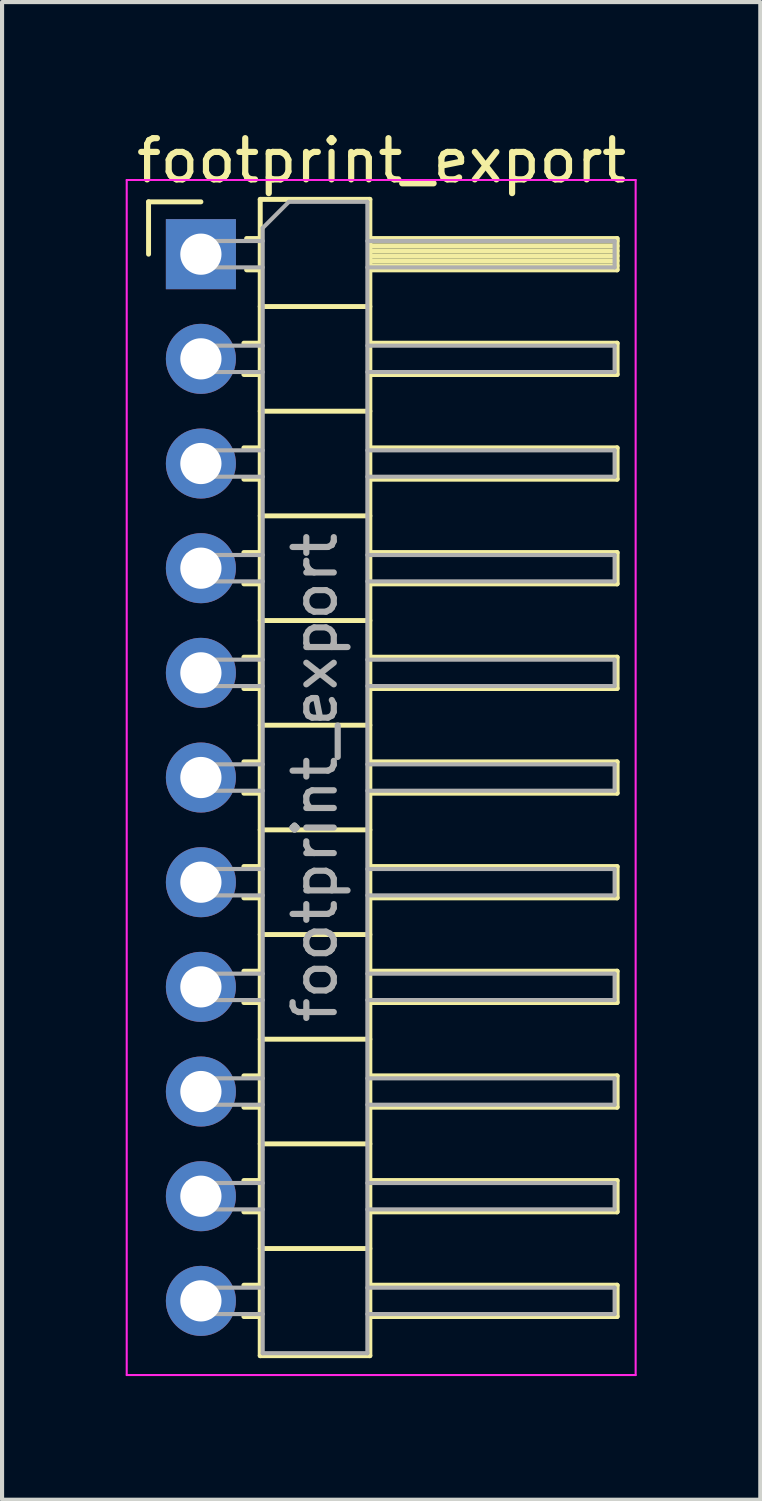
<source format=kicad_pcb>
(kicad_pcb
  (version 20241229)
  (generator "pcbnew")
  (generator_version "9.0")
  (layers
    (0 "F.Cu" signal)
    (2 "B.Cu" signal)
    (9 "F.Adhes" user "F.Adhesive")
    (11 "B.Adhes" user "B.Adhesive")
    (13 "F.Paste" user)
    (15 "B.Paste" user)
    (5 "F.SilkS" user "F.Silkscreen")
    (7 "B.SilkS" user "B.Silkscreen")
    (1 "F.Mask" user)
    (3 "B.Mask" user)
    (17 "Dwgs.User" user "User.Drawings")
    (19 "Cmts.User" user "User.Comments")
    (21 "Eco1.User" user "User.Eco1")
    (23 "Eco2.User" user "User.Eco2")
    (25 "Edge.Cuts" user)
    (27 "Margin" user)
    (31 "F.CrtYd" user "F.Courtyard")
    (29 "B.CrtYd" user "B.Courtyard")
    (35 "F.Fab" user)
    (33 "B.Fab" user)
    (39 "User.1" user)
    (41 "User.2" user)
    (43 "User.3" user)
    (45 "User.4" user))
  (footprint "footprint_export"
    (layer "F.Cu")
    (at 1.825 3.118)
    (property "Reference" "footprint_export" (at 4.385 -2.27 0) (layer "F.SilkS") (effects (font (size 1 1) (thickness 0.15))))
    (attr through_hole)
    (fp_line (start -1.27 -1.27) (end 0 -1.27) (stroke (width 0.12) (type solid)) (layer "F.SilkS"))
    (fp_line (start -1.27 0) (end -1.27 -1.27) (stroke (width 0.12) (type solid)) (layer "F.SilkS"))
    (fp_line (start 1.043 2.16) (end 1.44 2.16) (stroke (width 0.12) (type solid)) (layer "F.SilkS"))
    (fp_line (start 1.043 2.92) (end 1.44 2.92) (stroke (width 0.12) (type solid)) (layer "F.SilkS"))
    (fp_line (start 1.043 4.7) (end 1.44 4.7) (stroke (width 0.12) (type solid)) (layer "F.SilkS"))
    (fp_line (start 1.043 5.46) (end 1.44 5.46) (stroke (width 0.12) (type solid)) (layer "F.SilkS"))
    (fp_line (start 1.043 7.24) (end 1.44 7.24) (stroke (width 0.12) (type solid)) (layer "F.SilkS"))
    (fp_line (start 1.043 8) (end 1.44 8) (stroke (width 0.12) (type solid)) (layer "F.SilkS"))
    (fp_line (start 1.043 9.78) (end 1.44 9.78) (stroke (width 0.12) (type solid)) (layer "F.SilkS"))
    (fp_line (start 1.043 10.54) (end 1.44 10.54) (stroke (width 0.12) (type solid)) (layer "F.SilkS"))
    (fp_line (start 1.043 12.32) (end 1.44 12.32) (stroke (width 0.12) (type solid)) (layer "F.SilkS"))
    (fp_line (start 1.043 13.08) (end 1.44 13.08) (stroke (width 0.12) (type solid)) (layer "F.SilkS"))
    (fp_line (start 1.043 14.86) (end 1.44 14.86) (stroke (width 0.12) (type solid)) (layer "F.SilkS"))
    (fp_line (start 1.043 15.62) (end 1.44 15.62) (stroke (width 0.12) (type solid)) (layer "F.SilkS"))
    (fp_line (start 1.043 17.4) (end 1.44 17.4) (stroke (width 0.12) (type solid)) (layer "F.SilkS"))
    (fp_line (start 1.043 18.16) (end 1.44 18.16) (stroke (width 0.12) (type solid)) (layer "F.SilkS"))
    (fp_line (start 1.043 19.94) (end 1.44 19.94) (stroke (width 0.12) (type solid)) (layer "F.SilkS"))
    (fp_line (start 1.043 20.7) (end 1.44 20.7) (stroke (width 0.12) (type solid)) (layer "F.SilkS"))
    (fp_line (start 1.043 22.48) (end 1.44 22.48) (stroke (width 0.12) (type solid)) (layer "F.SilkS"))
    (fp_line (start 1.043 23.24) (end 1.44 23.24) (stroke (width 0.12) (type solid)) (layer "F.SilkS"))
    (fp_line (start 1.043 25.02) (end 1.44 25.02) (stroke (width 0.12) (type solid)) (layer "F.SilkS"))
    (fp_line (start 1.043 25.78) (end 1.44 25.78) (stroke (width 0.12) (type solid)) (layer "F.SilkS"))
    (fp_line (start 1.11 -0.38) (end 1.44 -0.38) (stroke (width 0.12) (type solid)) (layer "F.SilkS"))
    (fp_line (start 1.11 0.38) (end 1.44 0.38) (stroke (width 0.12) (type solid)) (layer "F.SilkS"))
    (fp_line (start 1.44 -1.33) (end 1.44 26.73) (stroke (width 0.12) (type solid)) (layer "F.SilkS"))
    (fp_line (start 1.44 1.27) (end 4.1 1.27) (stroke (width 0.12) (type solid)) (layer "F.SilkS"))
    (fp_line (start 1.44 3.81) (end 4.1 3.81) (stroke (width 0.12) (type solid)) (layer "F.SilkS"))
    (fp_line (start 1.44 6.35) (end 4.1 6.35) (stroke (width 0.12) (type solid)) (layer "F.SilkS"))
    (fp_line (start 1.44 8.89) (end 4.1 8.89) (stroke (width 0.12) (type solid)) (layer "F.SilkS"))
    (fp_line (start 1.44 11.43) (end 4.1 11.43) (stroke (width 0.12) (type solid)) (layer "F.SilkS"))
    (fp_line (start 1.44 13.97) (end 4.1 13.97) (stroke (width 0.12) (type solid)) (layer "F.SilkS"))
    (fp_line (start 1.44 16.51) (end 4.1 16.51) (stroke (width 0.12) (type solid)) (layer "F.SilkS"))
    (fp_line (start 1.44 19.05) (end 4.1 19.05) (stroke (width 0.12) (type solid)) (layer "F.SilkS"))
    (fp_line (start 1.44 21.59) (end 4.1 21.59) (stroke (width 0.12) (type solid)) (layer "F.SilkS"))
    (fp_line (start 1.44 24.13) (end 4.1 24.13) (stroke (width 0.12) (type solid)) (layer "F.SilkS"))
    (fp_line (start 1.44 26.73) (end 4.1 26.73) (stroke (width 0.12) (type solid)) (layer "F.SilkS"))
    (fp_line (start 4.1 -1.33) (end 1.44 -1.33) (stroke (width 0.12) (type solid)) (layer "F.SilkS"))
    (fp_line (start 4.1 -0.38) (end 10.1 -0.38) (stroke (width 0.12) (type solid)) (layer "F.SilkS"))
    (fp_line (start 4.1 -0.32) (end 10.1 -0.32) (stroke (width 0.12) (type solid)) (layer "F.SilkS"))
    (fp_line (start 4.1 -0.2) (end 10.1 -0.2) (stroke (width 0.12) (type solid)) (layer "F.SilkS"))
    (fp_line (start 4.1 -0.08) (end 10.1 -0.08) (stroke (width 0.12) (type solid)) (layer "F.SilkS"))
    (fp_line (start 4.1 0.04) (end 10.1 0.04) (stroke (width 0.12) (type solid)) (layer "F.SilkS"))
    (fp_line (start 4.1 0.16) (end 10.1 0.16) (stroke (width 0.12) (type solid)) (layer "F.SilkS"))
    (fp_line (start 4.1 0.28) (end 10.1 0.28) (stroke (width 0.12) (type solid)) (layer "F.SilkS"))
    (fp_line (start 4.1 2.16) (end 10.1 2.16) (stroke (width 0.12) (type solid)) (layer "F.SilkS"))
    (fp_line (start 4.1 4.7) (end 10.1 4.7) (stroke (width 0.12) (type solid)) (layer "F.SilkS"))
    (fp_line (start 4.1 7.24) (end 10.1 7.24) (stroke (width 0.12) (type solid)) (layer "F.SilkS"))
    (fp_line (start 4.1 9.78) (end 10.1 9.78) (stroke (width 0.12) (type solid)) (layer "F.SilkS"))
    (fp_line (start 4.1 12.32) (end 10.1 12.32) (stroke (width 0.12) (type solid)) (layer "F.SilkS"))
    (fp_line (start 4.1 14.86) (end 10.1 14.86) (stroke (width 0.12) (type solid)) (layer "F.SilkS"))
    (fp_line (start 4.1 17.4) (end 10.1 17.4) (stroke (width 0.12) (type solid)) (layer "F.SilkS"))
    (fp_line (start 4.1 19.94) (end 10.1 19.94) (stroke (width 0.12) (type solid)) (layer "F.SilkS"))
    (fp_line (start 4.1 22.48) (end 10.1 22.48) (stroke (width 0.12) (type solid)) (layer "F.SilkS"))
    (fp_line (start 4.1 25.02) (end 10.1 25.02) (stroke (width 0.12) (type solid)) (layer "F.SilkS"))
    (fp_line (start 4.1 26.73) (end 4.1 -1.33) (stroke (width 0.12) (type solid)) (layer "F.SilkS"))
    (fp_line (start 10.1 -0.38) (end 10.1 0.38) (stroke (width 0.12) (type solid)) (layer "F.SilkS"))
    (fp_line (start 10.1 0.38) (end 4.1 0.38) (stroke (width 0.12) (type solid)) (layer "F.SilkS"))
    (fp_line (start 10.1 2.16) (end 10.1 2.92) (stroke (width 0.12) (type solid)) (layer "F.SilkS"))
    (fp_line (start 10.1 2.92) (end 4.1 2.92) (stroke (width 0.12) (type solid)) (layer "F.SilkS"))
    (fp_line (start 10.1 4.7) (end 10.1 5.46) (stroke (width 0.12) (type solid)) (layer "F.SilkS"))
    (fp_line (start 10.1 5.46) (end 4.1 5.46) (stroke (width 0.12) (type solid)) (layer "F.SilkS"))
    (fp_line (start 10.1 7.24) (end 10.1 8) (stroke (width 0.12) (type solid)) (layer "F.SilkS"))
    (fp_line (start 10.1 8) (end 4.1 8) (stroke (width 0.12) (type solid)) (layer "F.SilkS"))
    (fp_line (start 10.1 9.78) (end 10.1 10.54) (stroke (width 0.12) (type solid)) (layer "F.SilkS"))
    (fp_line (start 10.1 10.54) (end 4.1 10.54) (stroke (width 0.12) (type solid)) (layer "F.SilkS"))
    (fp_line (start 10.1 12.32) (end 10.1 13.08) (stroke (width 0.12) (type solid)) (layer "F.SilkS"))
    (fp_line (start 10.1 13.08) (end 4.1 13.08) (stroke (width 0.12) (type solid)) (layer "F.SilkS"))
    (fp_line (start 10.1 14.86) (end 10.1 15.62) (stroke (width 0.12) (type solid)) (layer "F.SilkS"))
    (fp_line (start 10.1 15.62) (end 4.1 15.62) (stroke (width 0.12) (type solid)) (layer "F.SilkS"))
    (fp_line (start 10.1 17.4) (end 10.1 18.16) (stroke (width 0.12) (type solid)) (layer "F.SilkS"))
    (fp_line (start 10.1 18.16) (end 4.1 18.16) (stroke (width 0.12) (type solid)) (layer "F.SilkS"))
    (fp_line (start 10.1 19.94) (end 10.1 20.7) (stroke (width 0.12) (type solid)) (layer "F.SilkS"))
    (fp_line (start 10.1 20.7) (end 4.1 20.7) (stroke (width 0.12) (type solid)) (layer "F.SilkS"))
    (fp_line (start 10.1 22.48) (end 10.1 23.24) (stroke (width 0.12) (type solid)) (layer "F.SilkS"))
    (fp_line (start 10.1 23.24) (end 4.1 23.24) (stroke (width 0.12) (type solid)) (layer "F.SilkS"))
    (fp_line (start 10.1 25.02) (end 10.1 25.78) (stroke (width 0.12) (type solid)) (layer "F.SilkS"))
    (fp_line (start 10.1 25.78) (end 4.1 25.78) (stroke (width 0.12) (type solid)) (layer "F.SilkS"))
    (fp_line (start -1.8 -1.8) (end -1.8 27.2) (stroke (width 0.05) (type solid)) (layer "F.CrtYd"))
    (fp_line (start -1.8 27.2) (end 10.55 27.2) (stroke (width 0.05) (type solid)) (layer "F.CrtYd"))
    (fp_line (start 10.55 -1.8) (end -1.8 -1.8) (stroke (width 0.05) (type solid)) (layer "F.CrtYd"))
    (fp_line (start 10.55 27.2) (end 10.55 -1.8) (stroke (width 0.05) (type solid)) (layer "F.CrtYd"))
    (fp_line (start -0.32 -0.32) (end -0.32 0.32) (stroke (width 0.1) (type solid)) (layer "F.Fab"))
    (fp_line (start -0.32 -0.32) (end 1.5 -0.32) (stroke (width 0.1) (type solid)) (layer "F.Fab"))
    (fp_line (start -0.32 0.32) (end 1.5 0.32) (stroke (width 0.1) (type solid)) (layer "F.Fab"))
    (fp_line (start -0.32 2.22) (end -0.32 2.86) (stroke (width 0.1) (type solid)) (layer "F.Fab"))
    (fp_line (start -0.32 2.22) (end 1.5 2.22) (stroke (width 0.1) (type solid)) (layer "F.Fab"))
    (fp_line (start -0.32 2.86) (end 1.5 2.86) (stroke (width 0.1) (type solid)) (layer "F.Fab"))
    (fp_line (start -0.32 4.76) (end -0.32 5.4) (stroke (width 0.1) (type solid)) (layer "F.Fab"))
    (fp_line (start -0.32 4.76) (end 1.5 4.76) (stroke (width 0.1) (type solid)) (layer "F.Fab"))
    (fp_line (start -0.32 5.4) (end 1.5 5.4) (stroke (width 0.1) (type solid)) (layer "F.Fab"))
    (fp_line (start -0.32 7.3) (end -0.32 7.94) (stroke (width 0.1) (type solid)) (layer "F.Fab"))
    (fp_line (start -0.32 7.3) (end 1.5 7.3) (stroke (width 0.1) (type solid)) (layer "F.Fab"))
    (fp_line (start -0.32 7.94) (end 1.5 7.94) (stroke (width 0.1) (type solid)) (layer "F.Fab"))
    (fp_line (start -0.32 9.84) (end -0.32 10.48) (stroke (width 0.1) (type solid)) (layer "F.Fab"))
    (fp_line (start -0.32 9.84) (end 1.5 9.84) (stroke (width 0.1) (type solid)) (layer "F.Fab"))
    (fp_line (start -0.32 10.48) (end 1.5 10.48) (stroke (width 0.1) (type solid)) (layer "F.Fab"))
    (fp_line (start -0.32 12.38) (end -0.32 13.02) (stroke (width 0.1) (type solid)) (layer "F.Fab"))
    (fp_line (start -0.32 12.38) (end 1.5 12.38) (stroke (width 0.1) (type solid)) (layer "F.Fab"))
    (fp_line (start -0.32 13.02) (end 1.5 13.02) (stroke (width 0.1) (type solid)) (layer "F.Fab"))
    (fp_line (start -0.32 14.92) (end -0.32 15.56) (stroke (width 0.1) (type solid)) (layer "F.Fab"))
    (fp_line (start -0.32 14.92) (end 1.5 14.92) (stroke (width 0.1) (type solid)) (layer "F.Fab"))
    (fp_line (start -0.32 15.56) (end 1.5 15.56) (stroke (width 0.1) (type solid)) (layer "F.Fab"))
    (fp_line (start -0.32 17.46) (end -0.32 18.1) (stroke (width 0.1) (type solid)) (layer "F.Fab"))
    (fp_line (start -0.32 17.46) (end 1.5 17.46) (stroke (width 0.1) (type solid)) (layer "F.Fab"))
    (fp_line (start -0.32 18.1) (end 1.5 18.1) (stroke (width 0.1) (type solid)) (layer "F.Fab"))
    (fp_line (start -0.32 20) (end -0.32 20.64) (stroke (width 0.1) (type solid)) (layer "F.Fab"))
    (fp_line (start -0.32 20) (end 1.5 20) (stroke (width 0.1) (type solid)) (layer "F.Fab"))
    (fp_line (start -0.32 20.64) (end 1.5 20.64) (stroke (width 0.1) (type solid)) (layer "F.Fab"))
    (fp_line (start -0.32 22.54) (end -0.32 23.18) (stroke (width 0.1) (type solid)) (layer "F.Fab"))
    (fp_line (start -0.32 22.54) (end 1.5 22.54) (stroke (width 0.1) (type solid)) (layer "F.Fab"))
    (fp_line (start -0.32 23.18) (end 1.5 23.18) (stroke (width 0.1) (type solid)) (layer "F.Fab"))
    (fp_line (start -0.32 25.08) (end -0.32 25.72) (stroke (width 0.1) (type solid)) (layer "F.Fab"))
    (fp_line (start -0.32 25.08) (end 1.5 25.08) (stroke (width 0.1) (type solid)) (layer "F.Fab"))
    (fp_line (start -0.32 25.72) (end 1.5 25.72) (stroke (width 0.1) (type solid)) (layer "F.Fab"))
    (fp_line (start 1.5 -0.635) (end 2.135 -1.27) (stroke (width 0.1) (type solid)) (layer "F.Fab"))
    (fp_line (start 1.5 26.67) (end 1.5 -0.635) (stroke (width 0.1) (type solid)) (layer "F.Fab"))
    (fp_line (start 2.135 -1.27) (end 4.04 -1.27) (stroke (width 0.1) (type solid)) (layer "F.Fab"))
    (fp_line (start 4.04 -1.27) (end 4.04 26.67) (stroke (width 0.1) (type solid)) (layer "F.Fab"))
    (fp_line (start 4.04 -0.32) (end 10.04 -0.32) (stroke (width 0.1) (type solid)) (layer "F.Fab"))
    (fp_line (start 4.04 0.32) (end 10.04 0.32) (stroke (width 0.1) (type solid)) (layer "F.Fab"))
    (fp_line (start 4.04 2.22) (end 10.04 2.22) (stroke (width 0.1) (type solid)) (layer "F.Fab"))
    (fp_line (start 4.04 2.86) (end 10.04 2.86) (stroke (width 0.1) (type solid)) (layer "F.Fab"))
    (fp_line (start 4.04 4.76) (end 10.04 4.76) (stroke (width 0.1) (type solid)) (layer "F.Fab"))
    (fp_line (start 4.04 5.4) (end 10.04 5.4) (stroke (width 0.1) (type solid)) (layer "F.Fab"))
    (fp_line (start 4.04 7.3) (end 10.04 7.3) (stroke (width 0.1) (type solid)) (layer "F.Fab"))
    (fp_line (start 4.04 7.94) (end 10.04 7.94) (stroke (width 0.1) (type solid)) (layer "F.Fab"))
    (fp_line (start 4.04 9.84) (end 10.04 9.84) (stroke (width 0.1) (type solid)) (layer "F.Fab"))
    (fp_line (start 4.04 10.48) (end 10.04 10.48) (stroke (width 0.1) (type solid)) (layer "F.Fab"))
    (fp_line (start 4.04 12.38) (end 10.04 12.38) (stroke (width 0.1) (type solid)) (layer "F.Fab"))
    (fp_line (start 4.04 13.02) (end 10.04 13.02) (stroke (width 0.1) (type solid)) (layer "F.Fab"))
    (fp_line (start 4.04 14.92) (end 10.04 14.92) (stroke (width 0.1) (type solid)) (layer "F.Fab"))
    (fp_line (start 4.04 15.56) (end 10.04 15.56) (stroke (width 0.1) (type solid)) (layer "F.Fab"))
    (fp_line (start 4.04 17.46) (end 10.04 17.46) (stroke (width 0.1) (type solid)) (layer "F.Fab"))
    (fp_line (start 4.04 18.1) (end 10.04 18.1) (stroke (width 0.1) (type solid)) (layer "F.Fab"))
    (fp_line (start 4.04 20) (end 10.04 20) (stroke (width 0.1) (type solid)) (layer "F.Fab"))
    (fp_line (start 4.04 20.64) (end 10.04 20.64) (stroke (width 0.1) (type solid)) (layer "F.Fab"))
    (fp_line (start 4.04 22.54) (end 10.04 22.54) (stroke (width 0.1) (type solid)) (layer "F.Fab"))
    (fp_line (start 4.04 23.18) (end 10.04 23.18) (stroke (width 0.1) (type solid)) (layer "F.Fab"))
    (fp_line (start 4.04 25.08) (end 10.04 25.08) (stroke (width 0.1) (type solid)) (layer "F.Fab"))
    (fp_line (start 4.04 25.72) (end 10.04 25.72) (stroke (width 0.1) (type solid)) (layer "F.Fab"))
    (fp_line (start 4.04 26.67) (end 1.5 26.67) (stroke (width 0.1) (type solid)) (layer "F.Fab"))
    (fp_line (start 10.04 -0.32) (end 10.04 0.32) (stroke (width 0.1) (type solid)) (layer "F.Fab"))
    (fp_line (start 10.04 2.22) (end 10.04 2.86) (stroke (width 0.1) (type solid)) (layer "F.Fab"))
    (fp_line (start 10.04 4.76) (end 10.04 5.4) (stroke (width 0.1) (type solid)) (layer "F.Fab"))
    (fp_line (start 10.04 7.3) (end 10.04 7.94) (stroke (width 0.1) (type solid)) (layer "F.Fab"))
    (fp_line (start 10.04 9.84) (end 10.04 10.48) (stroke (width 0.1) (type solid)) (layer "F.Fab"))
    (fp_line (start 10.04 12.38) (end 10.04 13.02) (stroke (width 0.1) (type solid)) (layer "F.Fab"))
    (fp_line (start 10.04 14.92) (end 10.04 15.56) (stroke (width 0.1) (type solid)) (layer "F.Fab"))
    (fp_line (start 10.04 17.46) (end 10.04 18.1) (stroke (width 0.1) (type solid)) (layer "F.Fab"))
    (fp_line (start 10.04 20) (end 10.04 20.64) (stroke (width 0.1) (type solid)) (layer "F.Fab"))
    (fp_line (start 10.04 22.54) (end 10.04 23.18) (stroke (width 0.1) (type solid)) (layer "F.Fab"))
    (fp_line (start 10.04 25.08) (end 10.04 25.72) (stroke (width 0.1) (type solid)) (layer "F.Fab"))
    (fp_text user "${REFERENCE}" (at 2.77 12.7 90) (layer "F.Fab") (effects (font (size 1 1) (thickness 0.15))))
    (pad "1" thru_hole rect (at 0 0) (size 1.7 1.7) (drill 1) (layers "*.Cu" "*.Mask"))
    (pad "2" thru_hole oval (at 0 2.54) (size 1.7 1.7) (drill 1) (layers "*.Cu" "*.Mask"))
    (pad "3" thru_hole oval (at 0 5.08) (size 1.7 1.7) (drill 1) (layers "*.Cu" "*.Mask"))
    (pad "4" thru_hole oval (at 0 7.62) (size 1.7 1.7) (drill 1) (layers "*.Cu" "*.Mask"))
    (pad "5" thru_hole oval (at 0 10.16) (size 1.7 1.7) (drill 1) (layers "*.Cu" "*.Mask"))
    (pad "6" thru_hole oval (at 0 12.7) (size 1.7 1.7) (drill 1) (layers "*.Cu" "*.Mask"))
    (pad "7" thru_hole oval (at 0 15.24) (size 1.7 1.7) (drill 1) (layers "*.Cu" "*.Mask"))
    (pad "8" thru_hole oval (at 0 17.78) (size 1.7 1.7) (drill 1) (layers "*.Cu" "*.Mask"))
    (pad "9" thru_hole oval (at 0 20.32) (size 1.7 1.7) (drill 1) (layers "*.Cu" "*.Mask"))
    (pad "10" thru_hole oval (at 0 22.86) (size 1.7 1.7) (drill 1) (layers "*.Cu" "*.Mask"))
    (pad "11" thru_hole oval (at 0 25.4) (size 1.7 1.7) (drill 1) (layers "*.Cu" "*.Mask")))
  (gr_rect
    (start -3 -3)
    (end 15.4 33.343)
    (stroke (width 0.1) (type default))
    (fill no)
    (layer "Edge.Cuts")))
</source>
